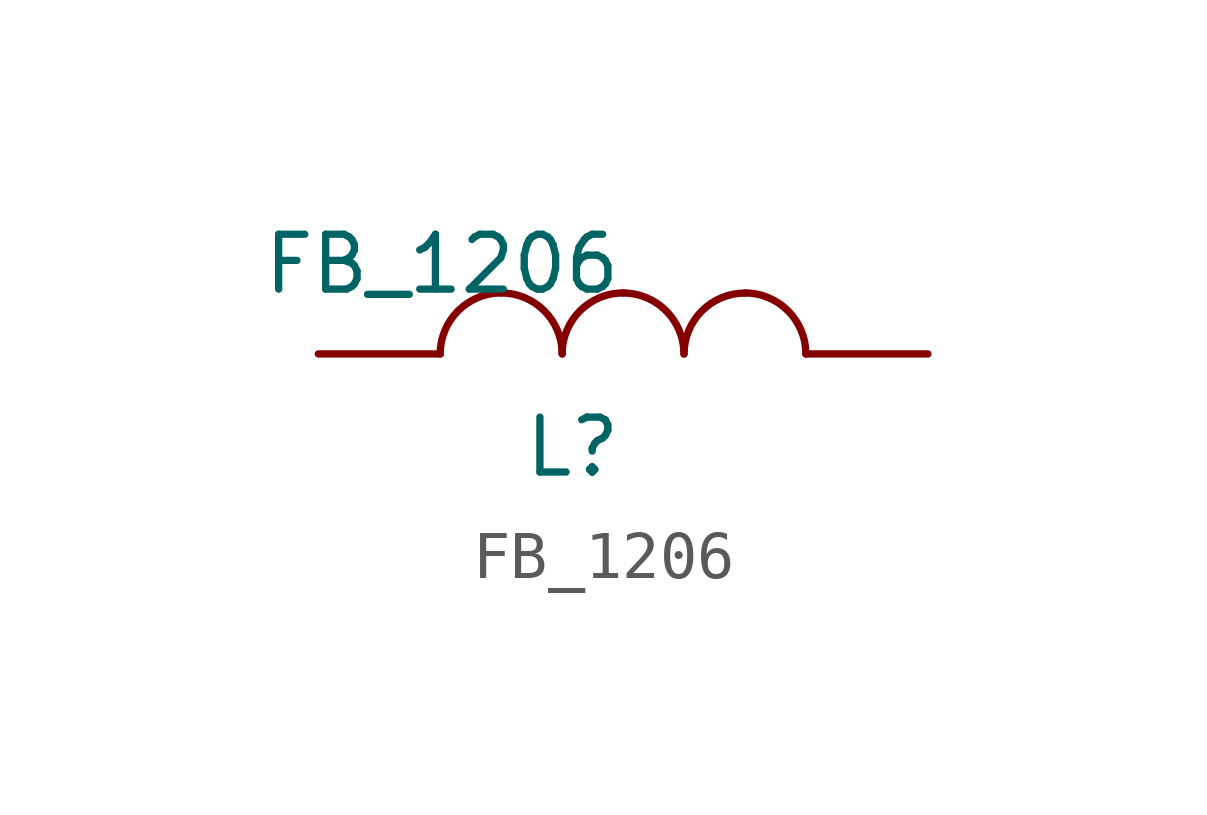
<source format=kicad_sym>
(kicad_symbol_lib
  (version 20211014)
  (generator kicad_symbol_editor)
  (symbol "FB_1206"
    (pin_numbers hide)
    (pin_names
      (offset 1.016) hide)
    (property "Reference" "L"
      (at 1.27 -1.27 0)
      (effects (font (size 1.143 1.143)) (justify right top)))
    (property "Value" "FB_1206"
      (at 1.27 2.54 0)
      (effects (font (size 1.143 1.143)) (justify right top)))
    (property "ki_locked" ""
      (at 0 0 0)
      (effects (font (size 1.27 1.27))))
    (symbol "FB_1206_1_1"
      (arc (start -1.27 1.27) (mid -2.168 0.898) (end -2.54 0) (stroke (width 0) (type default) (color 0 0 0 0)) (fill (type none)))
      (arc (start 0 0) (mid -0.372 0.898) (end -1.27 1.27) (stroke (width 0) (type default) (color 0 0 0 0)) (fill (type none)))
      (arc (start 1.27 1.27) (mid 0.372 0.898) (end 0 0) (stroke (width 0) (type default) (color 0 0 0 0)) (fill (type none)))
      (arc (start 2.54 0) (mid 2.168 0.898) (end 1.27 1.27) (stroke (width 0) (type default) (color 0 0 0 0)) (fill (type none)))
      (arc (start 3.81 1.27) (mid 2.912 0.898) (end 2.54 0) (stroke (width 0) (type default) (color 0 0 0 0)) (fill (type none)))
      (arc (start 5.08 0) (mid 4.708 0.898) (end 3.81 1.27) (stroke (width 0) (type default) (color 0 0 0 0)) (fill (type none)))
      (pin passive line (at -5.08 0 0) (length 2.54) (name "1" (effects (font (size 1.016 1.016)))) (number "1" (effects (font (size 1.016 1.016)))))
      (pin passive line (at 7.62 0 180) (length 2.54) (name "2" (effects (font (size 1.016 1.016)))) (number "2" (effects (font (size 1.016 1.016))))))))
</source>
